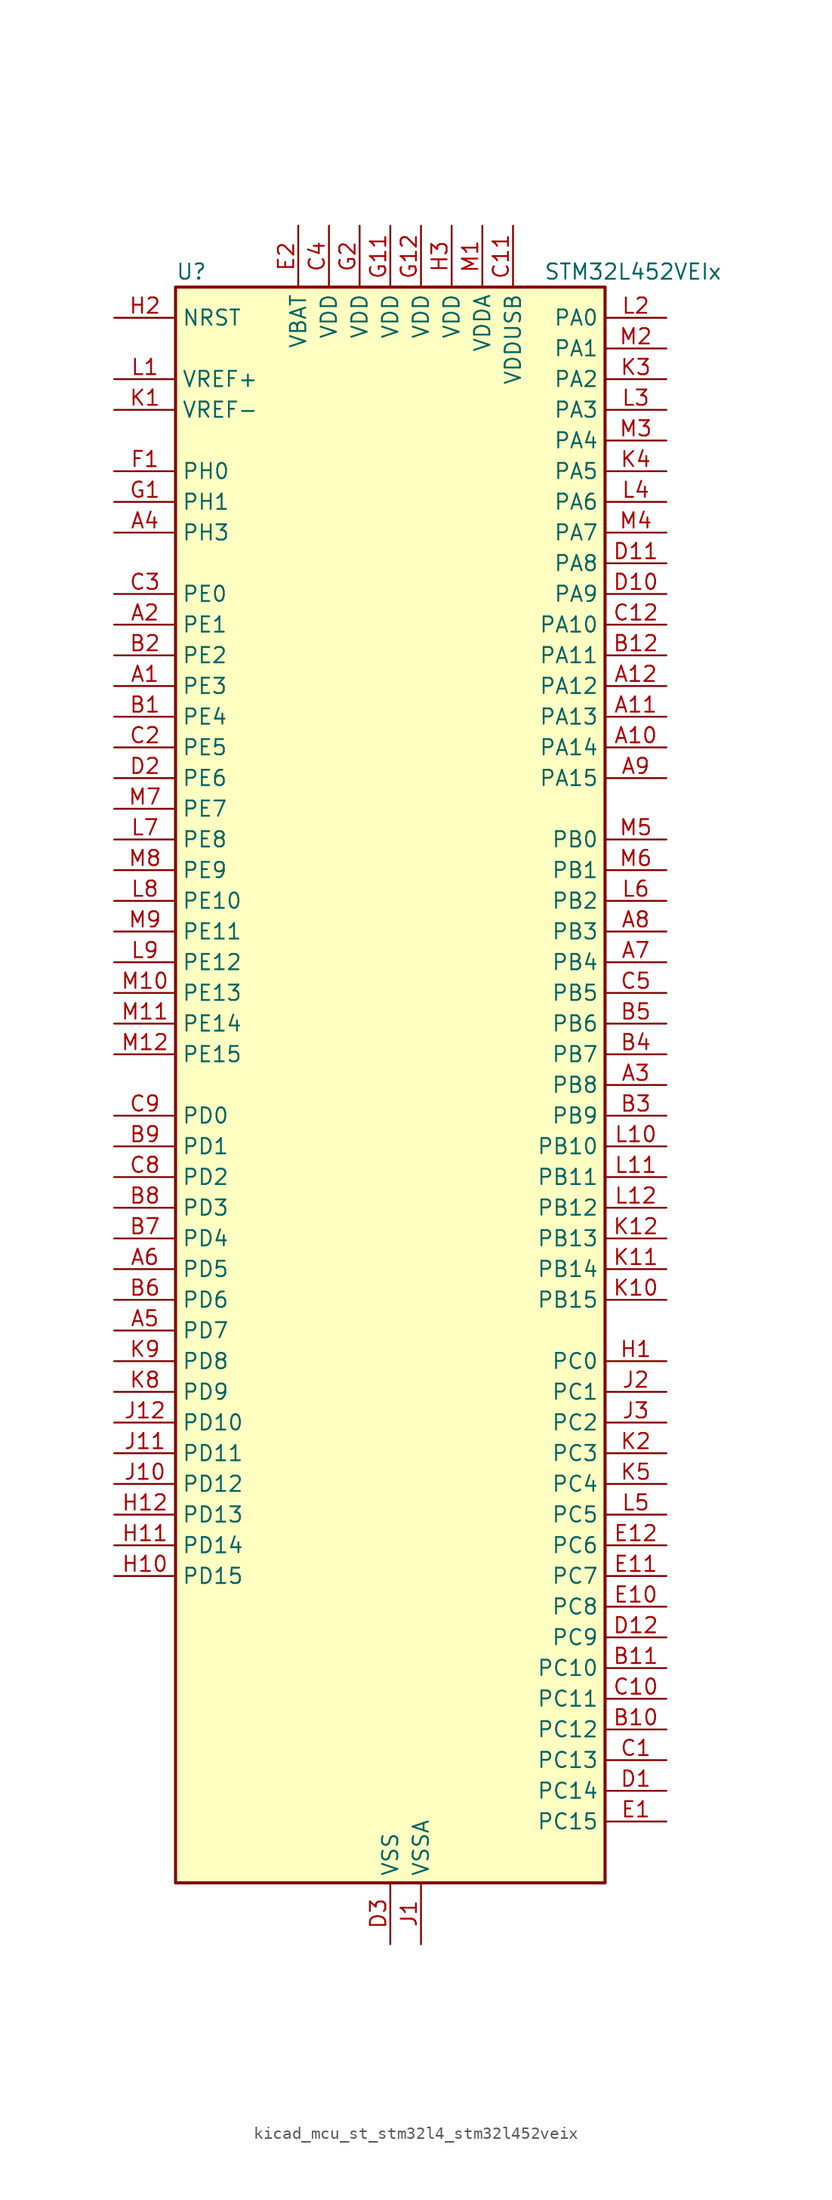
<source format=kicad_sym>
(kicad_symbol_lib
  (version 20220914)
  (generator kicad_symbol_editor)
  (symbol "kicad_mcu_st_stm32l4_stm32l452veix"
    (property "Reference" "U"
      (at -17.78 67.31 0)
      (effects (font (size 1.27 1.27)) (justify left)))
    (property "Value" "STM32L452VEIx"
      (at 12.7 67.31 0)
      (effects (font (size 1.27 1.27)) (justify left)))
    (property "ki_locked" ""
      (at 0 0 0)
      (effects (font (size 1.27 1.27))))
    (symbol "kicad_mcu_st_stm32l4_stm32l452veix_0_1"
      (rectangle (start -17.78 -66.04) (end 17.78 66.04) (stroke (width 0.254) (type default)) (fill (type background))))
    (symbol "kicad_mcu_st_stm32l4_stm32l452veix_1_1"
      (pin bidirectional line (at -22.86 33.02 0) (length 5.08) (name "PE3" (effects (font (size 1.27 1.27)))) (number "A1" (effects (font (size 1.27 1.27)))) (alternate "SAI1_SD_B" bidirectional line) (alternate "SYS_TRACED0" bidirectional line) (alternate "TIM3_CH1" bidirectional line) (alternate "TSC_G7_IO2" bidirectional line))
      (pin bidirectional line (at 22.86 27.94 180) (length 5.08) (name "PA14" (effects (font (size 1.27 1.27)))) (number "A10" (effects (font (size 1.27 1.27)))) (alternate "I2C1_SMBA" bidirectional line) (alternate "I2C4_SMBA" bidirectional line) (alternate "LPTIM1_OUT" bidirectional line) (alternate "SAI1_FS_B" bidirectional line) (alternate "SYS_JTCK-SWCLK" bidirectional line))
      (pin bidirectional line (at 22.86 30.48 180) (length 5.08) (name "PA13" (effects (font (size 1.27 1.27)))) (number "A11" (effects (font (size 1.27 1.27)))) (alternate "IR_OUT" bidirectional line) (alternate "SAI1_SD_B" bidirectional line) (alternate "SYS_JTMS-SWDIO" bidirectional line) (alternate "USB_NOE" bidirectional line))
      (pin bidirectional line (at 22.86 33.02 180) (length 5.08) (name "PA12" (effects (font (size 1.27 1.27)))) (number "A12" (effects (font (size 1.27 1.27)))) (alternate "CAN1_TX" bidirectional line) (alternate "SPI1_MOSI" bidirectional line) (alternate "TIM1_ETR" bidirectional line) (alternate "USART1_DE" bidirectional line) (alternate "USART1_RTS" bidirectional line) (alternate "USB_DP" bidirectional line))
      (pin bidirectional line (at -22.86 38.1 0) (length 5.08) (name "PE1" (effects (font (size 1.27 1.27)))) (number "A2" (effects (font (size 1.27 1.27)))))
      (pin bidirectional line (at 22.86 0 180) (length 5.08) (name "PB8" (effects (font (size 1.27 1.27)))) (number "A3" (effects (font (size 1.27 1.27)))) (alternate "CAN1_RX" bidirectional line) (alternate "I2C1_SCL" bidirectional line) (alternate "SAI1_MCLK_A" bidirectional line) (alternate "SDMMC1_D4" bidirectional line) (alternate "TIM16_CH1" bidirectional line))
      (pin bidirectional line (at -22.86 45.72 0) (length 5.08) (name "PH3" (effects (font (size 1.27 1.27)))) (number "A4" (effects (font (size 1.27 1.27)))))
      (pin bidirectional line (at -22.86 -20.32 0) (length 5.08) (name "PD7" (effects (font (size 1.27 1.27)))) (number "A5" (effects (font (size 1.27 1.27)))) (alternate "DFSDM1_CKIN1" bidirectional line) (alternate "QUADSPI_BK2_IO3" bidirectional line) (alternate "USART2_CK" bidirectional line))
      (pin bidirectional line (at -22.86 -15.24 0) (length 5.08) (name "PD5" (effects (font (size 1.27 1.27)))) (number "A6" (effects (font (size 1.27 1.27)))) (alternate "QUADSPI_BK2_IO1" bidirectional line) (alternate "USART2_TX" bidirectional line))
      (pin bidirectional line (at 22.86 10.16 180) (length 5.08) (name "PB4" (effects (font (size 1.27 1.27)))) (number "A7" (effects (font (size 1.27 1.27)))) (alternate "COMP2_INP" bidirectional line) (alternate "I2C3_SDA" bidirectional line) (alternate "SAI1_MCLK_B" bidirectional line) (alternate "SPI1_MISO" bidirectional line) (alternate "SPI3_MISO" bidirectional line) (alternate "SYS_JTRST" bidirectional line) (alternate "TIM3_CH1" bidirectional line) (alternate "TSC_G2_IO1" bidirectional line) (alternate "USART1_CTS" bidirectional line))
      (pin bidirectional line (at 22.86 12.7 180) (length 5.08) (name "PB3" (effects (font (size 1.27 1.27)))) (number "A8" (effects (font (size 1.27 1.27)))) (alternate "COMP2_INM" bidirectional line) (alternate "SAI1_SCK_B" bidirectional line) (alternate "SPI1_SCK" bidirectional line) (alternate "SPI3_SCK" bidirectional line) (alternate "SYS_JTDO-SWO" bidirectional line) (alternate "TIM2_CH2" bidirectional line) (alternate "USART1_DE" bidirectional line) (alternate "USART1_RTS" bidirectional line))
      (pin bidirectional line (at 22.86 25.4 180) (length 5.08) (name "PA15" (effects (font (size 1.27 1.27)))) (number "A9" (effects (font (size 1.27 1.27)))) (alternate "ADC1_EXTI15" bidirectional line) (alternate "SPI1_NSS" bidirectional line) (alternate "SPI3_NSS" bidirectional line) (alternate "SYS_JTDI" bidirectional line) (alternate "TIM2_CH1" bidirectional line) (alternate "TIM2_ETR" bidirectional line) (alternate "TSC_G3_IO1" bidirectional line) (alternate "UART4_DE" bidirectional line) (alternate "UART4_RTS" bidirectional line) (alternate "USART2_RX" bidirectional line) (alternate "USART3_DE" bidirectional line) (alternate "USART3_RTS" bidirectional line))
      (pin bidirectional line (at -22.86 30.48 0) (length 5.08) (name "PE4" (effects (font (size 1.27 1.27)))) (number "B1" (effects (font (size 1.27 1.27)))) (alternate "DFSDM1_DATIN3" bidirectional line) (alternate "SAI1_FS_A" bidirectional line) (alternate "SYS_TRACED1" bidirectional line) (alternate "TIM3_CH2" bidirectional line) (alternate "TSC_G7_IO3" bidirectional line))
      (pin bidirectional line (at 22.86 -53.34 180) (length 5.08) (name "PC12" (effects (font (size 1.27 1.27)))) (number "B10" (effects (font (size 1.27 1.27)))) (alternate "SDMMC1_CK" bidirectional line) (alternate "SPI3_MOSI" bidirectional line) (alternate "SYS_TRACED3" bidirectional line) (alternate "TSC_G3_IO4" bidirectional line) (alternate "USART3_CK" bidirectional line))
      (pin bidirectional line (at 22.86 -48.26 180) (length 5.08) (name "PC10" (effects (font (size 1.27 1.27)))) (number "B11" (effects (font (size 1.27 1.27)))) (alternate "SDMMC1_D2" bidirectional line) (alternate "SPI3_SCK" bidirectional line) (alternate "SYS_TRACED1" bidirectional line) (alternate "TSC_G3_IO2" bidirectional line) (alternate "UART4_TX" bidirectional line) (alternate "USART3_TX" bidirectional line))
      (pin bidirectional line (at 22.86 35.56 180) (length 5.08) (name "PA11" (effects (font (size 1.27 1.27)))) (number "B12" (effects (font (size 1.27 1.27)))) (alternate "ADC1_EXTI11" bidirectional line) (alternate "CAN1_RX" bidirectional line) (alternate "COMP1_OUT" bidirectional line) (alternate "SPI1_MISO" bidirectional line) (alternate "TIM1_BKIN2" bidirectional line) (alternate "TIM1_BKIN2_COMP1" bidirectional line) (alternate "TIM1_CH4" bidirectional line) (alternate "USART1_CTS" bidirectional line) (alternate "USB_DM" bidirectional line))
      (pin bidirectional line (at -22.86 35.56 0) (length 5.08) (name "PE2" (effects (font (size 1.27 1.27)))) (number "B2" (effects (font (size 1.27 1.27)))) (alternate "SAI1_MCLK_A" bidirectional line) (alternate "SYS_TRACECLK" bidirectional line) (alternate "TIM3_ETR" bidirectional line) (alternate "TSC_G7_IO1" bidirectional line))
      (pin bidirectional line (at 22.86 -2.54 180) (length 5.08) (name "PB9" (effects (font (size 1.27 1.27)))) (number "B3" (effects (font (size 1.27 1.27)))) (alternate "CAN1_TX" bidirectional line) (alternate "DAC1_EXTI9" bidirectional line) (alternate "I2C1_SDA" bidirectional line) (alternate "IR_OUT" bidirectional line) (alternate "SAI1_FS_A" bidirectional line) (alternate "SDMMC1_D5" bidirectional line) (alternate "SPI2_NSS" bidirectional line))
      (pin bidirectional line (at 22.86 2.54 180) (length 5.08) (name "PB7" (effects (font (size 1.27 1.27)))) (number "B4" (effects (font (size 1.27 1.27)))) (alternate "COMP2_INM" bidirectional line) (alternate "I2C1_SDA" bidirectional line) (alternate "I2C4_SDA" bidirectional line) (alternate "LPTIM1_IN2" bidirectional line) (alternate "SYS_PVD_IN" bidirectional line) (alternate "TSC_G2_IO4" bidirectional line) (alternate "UART4_CTS" bidirectional line) (alternate "USART1_RX" bidirectional line))
      (pin bidirectional line (at 22.86 5.08 180) (length 5.08) (name "PB6" (effects (font (size 1.27 1.27)))) (number "B5" (effects (font (size 1.27 1.27)))) (alternate "CAN1_TX" bidirectional line) (alternate "COMP2_INP" bidirectional line) (alternate "I2C1_SCL" bidirectional line) (alternate "I2C4_SCL" bidirectional line) (alternate "LPTIM1_ETR" bidirectional line) (alternate "SAI1_FS_B" bidirectional line) (alternate "TIM16_CH1N" bidirectional line) (alternate "TSC_G2_IO3" bidirectional line) (alternate "USART1_TX" bidirectional line))
      (pin bidirectional line (at -22.86 -17.78 0) (length 5.08) (name "PD6" (effects (font (size 1.27 1.27)))) (number "B6" (effects (font (size 1.27 1.27)))) (alternate "DFSDM1_DATIN1" bidirectional line) (alternate "QUADSPI_BK2_IO2" bidirectional line) (alternate "SAI1_SD_A" bidirectional line) (alternate "USART2_RX" bidirectional line))
      (pin bidirectional line (at -22.86 -12.7 0) (length 5.08) (name "PD4" (effects (font (size 1.27 1.27)))) (number "B7" (effects (font (size 1.27 1.27)))) (alternate "DFSDM1_CKIN0" bidirectional line) (alternate "QUADSPI_BK2_IO0" bidirectional line) (alternate "SPI2_MOSI" bidirectional line) (alternate "USART2_DE" bidirectional line) (alternate "USART2_RTS" bidirectional line))
      (pin bidirectional line (at -22.86 -10.16 0) (length 5.08) (name "PD3" (effects (font (size 1.27 1.27)))) (number "B8" (effects (font (size 1.27 1.27)))) (alternate "DFSDM1_DATIN0" bidirectional line) (alternate "QUADSPI_BK2_NCS" bidirectional line) (alternate "SPI2_MISO" bidirectional line) (alternate "USART2_CTS" bidirectional line))
      (pin bidirectional line (at -22.86 -5.08 0) (length 5.08) (name "PD1" (effects (font (size 1.27 1.27)))) (number "B9" (effects (font (size 1.27 1.27)))) (alternate "CAN1_TX" bidirectional line) (alternate "SPI2_SCK" bidirectional line))
      (pin bidirectional line (at 22.86 -55.88 180) (length 5.08) (name "PC13" (effects (font (size 1.27 1.27)))) (number "C1" (effects (font (size 1.27 1.27)))) (alternate "RTC_OUT_ALARM" bidirectional line) (alternate "RTC_OUT_CALIB" bidirectional line) (alternate "RTC_TAMP1" bidirectional line) (alternate "RTC_TS" bidirectional line) (alternate "SYS_WKUP2" bidirectional line))
      (pin bidirectional line (at 22.86 -50.8 180) (length 5.08) (name "PC11" (effects (font (size 1.27 1.27)))) (number "C10" (effects (font (size 1.27 1.27)))) (alternate "ADC1_EXTI11" bidirectional line) (alternate "SDMMC1_D3" bidirectional line) (alternate "SPI3_MISO" bidirectional line) (alternate "TSC_G3_IO3" bidirectional line) (alternate "UART4_RX" bidirectional line) (alternate "USART3_RX" bidirectional line))
      (pin power_in line (at 10.16 71.12 270) (length 5.08) (name "VDDUSB" (effects (font (size 1.27 1.27)))) (number "C11" (effects (font (size 1.27 1.27)))))
      (pin bidirectional line (at 22.86 38.1 180) (length 5.08) (name "PA10" (effects (font (size 1.27 1.27)))) (number "C12" (effects (font (size 1.27 1.27)))) (alternate "CRS_SYNC" bidirectional line) (alternate "I2C1_SDA" bidirectional line) (alternate "SAI1_SD_A" bidirectional line) (alternate "TIM1_CH3" bidirectional line) (alternate "USART1_RX" bidirectional line))
      (pin bidirectional line (at -22.86 27.94 0) (length 5.08) (name "PE5" (effects (font (size 1.27 1.27)))) (number "C2" (effects (font (size 1.27 1.27)))) (alternate "DFSDM1_CKIN3" bidirectional line) (alternate "SAI1_SCK_A" bidirectional line) (alternate "SYS_TRACED2" bidirectional line) (alternate "TIM3_CH3" bidirectional line) (alternate "TSC_G7_IO4" bidirectional line))
      (pin bidirectional line (at -22.86 40.64 0) (length 5.08) (name "PE0" (effects (font (size 1.27 1.27)))) (number "C3" (effects (font (size 1.27 1.27)))) (alternate "TIM16_CH1" bidirectional line))
      (pin power_in line (at -5.08 71.12 270) (length 5.08) (name "VDD" (effects (font (size 1.27 1.27)))) (number "C4" (effects (font (size 1.27 1.27)))))
      (pin bidirectional line (at 22.86 7.62 180) (length 5.08) (name "PB5" (effects (font (size 1.27 1.27)))) (number "C5" (effects (font (size 1.27 1.27)))) (alternate "CAN1_RX" bidirectional line) (alternate "COMP2_OUT" bidirectional line) (alternate "I2C1_SMBA" bidirectional line) (alternate "LPTIM1_IN1" bidirectional line) (alternate "SAI1_SD_B" bidirectional line) (alternate "SPI1_MOSI" bidirectional line) (alternate "SPI3_MOSI" bidirectional line) (alternate "TIM16_BKIN" bidirectional line) (alternate "TIM3_CH2" bidirectional line) (alternate "TSC_G2_IO2" bidirectional line) (alternate "USART1_CK" bidirectional line))
      (pin bidirectional line (at -22.86 -7.62 0) (length 5.08) (name "PD2" (effects (font (size 1.27 1.27)))) (number "C8" (effects (font (size 1.27 1.27)))) (alternate "SDMMC1_CMD" bidirectional line) (alternate "SYS_TRACED2" bidirectional line) (alternate "TIM3_ETR" bidirectional line) (alternate "TSC_SYNC" bidirectional line) (alternate "USART3_DE" bidirectional line) (alternate "USART3_RTS" bidirectional line))
      (pin bidirectional line (at -22.86 -2.54 0) (length 5.08) (name "PD0" (effects (font (size 1.27 1.27)))) (number "C9" (effects (font (size 1.27 1.27)))) (alternate "CAN1_RX" bidirectional line) (alternate "SPI2_NSS" bidirectional line))
      (pin bidirectional line (at 22.86 -58.42 180) (length 5.08) (name "PC14" (effects (font (size 1.27 1.27)))) (number "D1" (effects (font (size 1.27 1.27)))) (alternate "RCC_OSC32_IN" bidirectional line))
      (pin bidirectional line (at 22.86 40.64 180) (length 5.08) (name "PA9" (effects (font (size 1.27 1.27)))) (number "D10" (effects (font (size 1.27 1.27)))) (alternate "DAC1_EXTI9" bidirectional line) (alternate "DFSDM1_DATIN1" bidirectional line) (alternate "I2C1_SCL" bidirectional line) (alternate "SAI1_FS_A" bidirectional line) (alternate "TIM15_BKIN" bidirectional line) (alternate "TIM1_CH2" bidirectional line) (alternate "USART1_TX" bidirectional line))
      (pin bidirectional line (at 22.86 43.18 180) (length 5.08) (name "PA8" (effects (font (size 1.27 1.27)))) (number "D11" (effects (font (size 1.27 1.27)))) (alternate "DFSDM1_CKIN1" bidirectional line) (alternate "LPTIM2_OUT" bidirectional line) (alternate "RCC_MCO" bidirectional line) (alternate "SAI1_SCK_A" bidirectional line) (alternate "TIM1_CH1" bidirectional line) (alternate "USART1_CK" bidirectional line))
      (pin bidirectional line (at 22.86 -45.72 180) (length 5.08) (name "PC9" (effects (font (size 1.27 1.27)))) (number "D12" (effects (font (size 1.27 1.27)))) (alternate "DAC1_EXTI9" bidirectional line) (alternate "SDMMC1_D1" bidirectional line) (alternate "TIM3_CH4" bidirectional line) (alternate "TSC_G4_IO4" bidirectional line) (alternate "USB_NOE" bidirectional line))
      (pin bidirectional line (at -22.86 25.4 0) (length 5.08) (name "PE6" (effects (font (size 1.27 1.27)))) (number "D2" (effects (font (size 1.27 1.27)))) (alternate "RTC_TAMP3" bidirectional line) (alternate "SAI1_SD_A" bidirectional line) (alternate "SYS_TRACED3" bidirectional line) (alternate "SYS_WKUP3" bidirectional line) (alternate "TIM3_CH4" bidirectional line))
      (pin power_in line (at 0 -71.12 90) (length 5.08) (name "VSS" (effects (font (size 1.27 1.27)))) (number "D3" (effects (font (size 1.27 1.27)))))
      (pin bidirectional line (at 22.86 -60.96 180) (length 5.08) (name "PC15" (effects (font (size 1.27 1.27)))) (number "E1" (effects (font (size 1.27 1.27)))) (alternate "ADC1_EXTI15" bidirectional line) (alternate "RCC_OSC32_OUT" bidirectional line))
      (pin bidirectional line (at 22.86 -43.18 180) (length 5.08) (name "PC8" (effects (font (size 1.27 1.27)))) (number "E10" (effects (font (size 1.27 1.27)))) (alternate "SDMMC1_D0" bidirectional line) (alternate "TIM3_CH3" bidirectional line) (alternate "TSC_G4_IO3" bidirectional line))
      (pin bidirectional line (at 22.86 -40.64 180) (length 5.08) (name "PC7" (effects (font (size 1.27 1.27)))) (number "E11" (effects (font (size 1.27 1.27)))) (alternate "DFSDM1_DATIN3" bidirectional line) (alternate "SDMMC1_D7" bidirectional line) (alternate "TIM3_CH2" bidirectional line) (alternate "TSC_G4_IO2" bidirectional line))
      (pin bidirectional line (at 22.86 -38.1 180) (length 5.08) (name "PC6" (effects (font (size 1.27 1.27)))) (number "E12" (effects (font (size 1.27 1.27)))) (alternate "DFSDM1_CKIN3" bidirectional line) (alternate "SDMMC1_D6" bidirectional line) (alternate "TIM3_CH1" bidirectional line) (alternate "TSC_G4_IO1" bidirectional line))
      (pin power_in line (at -7.62 71.12 270) (length 5.08) (name "VBAT" (effects (font (size 1.27 1.27)))) (number "E2" (effects (font (size 1.27 1.27)))))
      (pin passive line (at 0 -71.12 90) (length 5.08) hide (name "VSS" (effects (font (size 1.27 1.27)))) (number "E3" (effects (font (size 1.27 1.27)))))
      (pin bidirectional line (at -22.86 50.8 0) (length 5.08) (name "PH0" (effects (font (size 1.27 1.27)))) (number "F1" (effects (font (size 1.27 1.27)))) (alternate "RCC_OSC_IN" bidirectional line))
      (pin passive line (at 0 -71.12 90) (length 5.08) hide (name "VSS" (effects (font (size 1.27 1.27)))) (number "F11" (effects (font (size 1.27 1.27)))))
      (pin passive line (at 0 -71.12 90) (length 5.08) hide (name "VSS" (effects (font (size 1.27 1.27)))) (number "F12" (effects (font (size 1.27 1.27)))))
      (pin passive line (at 0 -71.12 90) (length 5.08) hide (name "VSS" (effects (font (size 1.27 1.27)))) (number "F2" (effects (font (size 1.27 1.27)))))
      (pin bidirectional line (at -22.86 48.26 0) (length 5.08) (name "PH1" (effects (font (size 1.27 1.27)))) (number "G1" (effects (font (size 1.27 1.27)))) (alternate "RCC_OSC_OUT" bidirectional line))
      (pin power_in line (at 0 71.12 270) (length 5.08) (name "VDD" (effects (font (size 1.27 1.27)))) (number "G11" (effects (font (size 1.27 1.27)))))
      (pin power_in line (at 2.54 71.12 270) (length 5.08) (name "VDD" (effects (font (size 1.27 1.27)))) (number "G12" (effects (font (size 1.27 1.27)))))
      (pin power_in line (at -2.54 71.12 270) (length 5.08) (name "VDD" (effects (font (size 1.27 1.27)))) (number "G2" (effects (font (size 1.27 1.27)))))
      (pin bidirectional line (at 22.86 -22.86 180) (length 5.08) (name "PC0" (effects (font (size 1.27 1.27)))) (number "H1" (effects (font (size 1.27 1.27)))) (alternate "ADC1_IN1" bidirectional line) (alternate "I2C3_SCL" bidirectional line) (alternate "I2C4_SCL" bidirectional line) (alternate "LPTIM1_IN1" bidirectional line) (alternate "LPTIM2_IN1" bidirectional line) (alternate "LPUART1_RX" bidirectional line))
      (pin bidirectional line (at -22.86 -40.64 0) (length 5.08) (name "PD15" (effects (font (size 1.27 1.27)))) (number "H10" (effects (font (size 1.27 1.27)))) (alternate "ADC1_EXTI15" bidirectional line))
      (pin bidirectional line (at -22.86 -38.1 0) (length 5.08) (name "PD14" (effects (font (size 1.27 1.27)))) (number "H11" (effects (font (size 1.27 1.27)))))
      (pin bidirectional line (at -22.86 -35.56 0) (length 5.08) (name "PD13" (effects (font (size 1.27 1.27)))) (number "H12" (effects (font (size 1.27 1.27)))) (alternate "I2C4_SDA" bidirectional line) (alternate "LPTIM2_OUT" bidirectional line) (alternate "TSC_G6_IO4" bidirectional line))
      (pin input line (at -22.86 63.5 0) (length 5.08) (name "NRST" (effects (font (size 1.27 1.27)))) (number "H2" (effects (font (size 1.27 1.27)))))
      (pin power_in line (at 5.08 71.12 270) (length 5.08) (name "VDD" (effects (font (size 1.27 1.27)))) (number "H3" (effects (font (size 1.27 1.27)))))
      (pin power_in line (at 2.54 -71.12 90) (length 5.08) (name "VSSA" (effects (font (size 1.27 1.27)))) (number "J1" (effects (font (size 1.27 1.27)))))
      (pin bidirectional line (at -22.86 -33.02 0) (length 5.08) (name "PD12" (effects (font (size 1.27 1.27)))) (number "J10" (effects (font (size 1.27 1.27)))) (alternate "I2C4_SCL" bidirectional line) (alternate "LPTIM2_IN1" bidirectional line) (alternate "TSC_G6_IO3" bidirectional line) (alternate "USART3_DE" bidirectional line) (alternate "USART3_RTS" bidirectional line))
      (pin bidirectional line (at -22.86 -30.48 0) (length 5.08) (name "PD11" (effects (font (size 1.27 1.27)))) (number "J11" (effects (font (size 1.27 1.27)))) (alternate "ADC1_EXTI11" bidirectional line) (alternate "I2C4_SMBA" bidirectional line) (alternate "LPTIM2_ETR" bidirectional line) (alternate "TSC_G6_IO2" bidirectional line) (alternate "USART3_CTS" bidirectional line))
      (pin bidirectional line (at -22.86 -27.94 0) (length 5.08) (name "PD10" (effects (font (size 1.27 1.27)))) (number "J12" (effects (font (size 1.27 1.27)))) (alternate "TSC_G6_IO1" bidirectional line) (alternate "USART3_CK" bidirectional line))
      (pin bidirectional line (at 22.86 -25.4 180) (length 5.08) (name "PC1" (effects (font (size 1.27 1.27)))) (number "J2" (effects (font (size 1.27 1.27)))) (alternate "ADC1_IN2" bidirectional line) (alternate "I2C3_SDA" bidirectional line) (alternate "I2C4_SDA" bidirectional line) (alternate "LPTIM1_OUT" bidirectional line) (alternate "LPUART1_TX" bidirectional line) (alternate "SYS_TRACED0" bidirectional line))
      (pin bidirectional line (at 22.86 -27.94 180) (length 5.08) (name "PC2" (effects (font (size 1.27 1.27)))) (number "J3" (effects (font (size 1.27 1.27)))) (alternate "ADC1_IN3" bidirectional line) (alternate "DFSDM1_CKOUT" bidirectional line) (alternate "LPTIM1_IN2" bidirectional line) (alternate "SPI2_MISO" bidirectional line))
      (pin input line (at -22.86 55.88 0) (length 5.08) (name "VREF-" (effects (font (size 1.27 1.27)))) (number "K1" (effects (font (size 1.27 1.27)))))
      (pin bidirectional line (at 22.86 -17.78 180) (length 5.08) (name "PB15" (effects (font (size 1.27 1.27)))) (number "K10" (effects (font (size 1.27 1.27)))) (alternate "ADC1_EXTI15" bidirectional line) (alternate "DFSDM1_CKIN2" bidirectional line) (alternate "RTC_REFIN" bidirectional line) (alternate "SAI1_SD_A" bidirectional line) (alternate "SPI2_MOSI" bidirectional line) (alternate "TIM15_CH2" bidirectional line) (alternate "TIM1_CH3N" bidirectional line) (alternate "TSC_G1_IO4" bidirectional line))
      (pin bidirectional line (at 22.86 -15.24 180) (length 5.08) (name "PB14" (effects (font (size 1.27 1.27)))) (number "K11" (effects (font (size 1.27 1.27)))) (alternate "DFSDM1_DATIN2" bidirectional line) (alternate "I2C2_SDA" bidirectional line) (alternate "SAI1_MCLK_A" bidirectional line) (alternate "SPI2_MISO" bidirectional line) (alternate "TIM15_CH1" bidirectional line) (alternate "TIM1_CH2N" bidirectional line) (alternate "TSC_G1_IO3" bidirectional line) (alternate "USART3_DE" bidirectional line) (alternate "USART3_RTS" bidirectional line))
      (pin bidirectional line (at 22.86 -12.7 180) (length 5.08) (name "PB13" (effects (font (size 1.27 1.27)))) (number "K12" (effects (font (size 1.27 1.27)))) (alternate "CAN1_TX" bidirectional line) (alternate "DFSDM1_CKIN1" bidirectional line) (alternate "I2C2_SCL" bidirectional line) (alternate "LPUART1_CTS" bidirectional line) (alternate "SAI1_SCK_A" bidirectional line) (alternate "SPI2_SCK" bidirectional line) (alternate "TIM15_CH1N" bidirectional line) (alternate "TIM1_CH1N" bidirectional line) (alternate "TSC_G1_IO2" bidirectional line) (alternate "USART3_CTS" bidirectional line))
      (pin bidirectional line (at 22.86 -30.48 180) (length 5.08) (name "PC3" (effects (font (size 1.27 1.27)))) (number "K2" (effects (font (size 1.27 1.27)))) (alternate "ADC1_IN4" bidirectional line) (alternate "LPTIM1_ETR" bidirectional line) (alternate "LPTIM2_ETR" bidirectional line) (alternate "SAI1_SD_A" bidirectional line) (alternate "SPI2_MOSI" bidirectional line))
      (pin bidirectional line (at 22.86 58.42 180) (length 5.08) (name "PA2" (effects (font (size 1.27 1.27)))) (number "K3" (effects (font (size 1.27 1.27)))) (alternate "ADC1_IN7" bidirectional line) (alternate "COMP2_INM" bidirectional line) (alternate "COMP2_OUT" bidirectional line) (alternate "LPUART1_TX" bidirectional line) (alternate "QUADSPI_BK1_NCS" bidirectional line) (alternate "RCC_LSCO" bidirectional line) (alternate "SYS_WKUP4" bidirectional line) (alternate "TIM15_CH1" bidirectional line) (alternate "TIM2_CH3" bidirectional line) (alternate "USART2_TX" bidirectional line))
      (pin bidirectional line (at 22.86 50.8 180) (length 5.08) (name "PA5" (effects (font (size 1.27 1.27)))) (number "K4" (effects (font (size 1.27 1.27)))) (alternate "ADC1_IN10" bidirectional line) (alternate "COMP1_INM" bidirectional line) (alternate "COMP2_INM" bidirectional line) (alternate "DFSDM1_CKOUT" bidirectional line) (alternate "LPTIM2_ETR" bidirectional line) (alternate "SPI1_SCK" bidirectional line) (alternate "TIM2_CH1" bidirectional line) (alternate "TIM2_ETR" bidirectional line))
      (pin bidirectional line (at 22.86 -33.02 180) (length 5.08) (name "PC4" (effects (font (size 1.27 1.27)))) (number "K5" (effects (font (size 1.27 1.27)))) (alternate "ADC1_IN13" bidirectional line) (alternate "COMP1_INM" bidirectional line) (alternate "USART3_TX" bidirectional line))
      (pin bidirectional line (at -22.86 -25.4 0) (length 5.08) (name "PD9" (effects (font (size 1.27 1.27)))) (number "K8" (effects (font (size 1.27 1.27)))) (alternate "DAC1_EXTI9" bidirectional line) (alternate "USART3_RX" bidirectional line))
      (pin bidirectional line (at -22.86 -22.86 0) (length 5.08) (name "PD8" (effects (font (size 1.27 1.27)))) (number "K9" (effects (font (size 1.27 1.27)))) (alternate "USART3_TX" bidirectional line))
      (pin input line (at -22.86 58.42 0) (length 5.08) (name "VREF+" (effects (font (size 1.27 1.27)))) (number "L1" (effects (font (size 1.27 1.27)))) (alternate "VREFBUF_OUT" bidirectional line))
      (pin bidirectional line (at 22.86 -5.08 180) (length 5.08) (name "PB10" (effects (font (size 1.27 1.27)))) (number "L10" (effects (font (size 1.27 1.27)))) (alternate "COMP1_OUT" bidirectional line) (alternate "I2C2_SCL" bidirectional line) (alternate "I2C4_SCL" bidirectional line) (alternate "LPUART1_RX" bidirectional line) (alternate "QUADSPI_CLK" bidirectional line) (alternate "SAI1_SCK_A" bidirectional line) (alternate "SPI2_SCK" bidirectional line) (alternate "TIM2_CH3" bidirectional line) (alternate "TSC_SYNC" bidirectional line) (alternate "USART3_TX" bidirectional line))
      (pin bidirectional line (at 22.86 -7.62 180) (length 5.08) (name "PB11" (effects (font (size 1.27 1.27)))) (number "L11" (effects (font (size 1.27 1.27)))) (alternate "ADC1_EXTI11" bidirectional line) (alternate "COMP2_OUT" bidirectional line) (alternate "I2C2_SDA" bidirectional line) (alternate "I2C4_SDA" bidirectional line) (alternate "LPUART1_TX" bidirectional line) (alternate "QUADSPI_BK1_NCS" bidirectional line) (alternate "TIM2_CH4" bidirectional line) (alternate "USART3_RX" bidirectional line))
      (pin bidirectional line (at 22.86 -10.16 180) (length 5.08) (name "PB12" (effects (font (size 1.27 1.27)))) (number "L12" (effects (font (size 1.27 1.27)))) (alternate "CAN1_RX" bidirectional line) (alternate "DFSDM1_DATIN1" bidirectional line) (alternate "I2C2_SMBA" bidirectional line) (alternate "LPUART1_DE" bidirectional line) (alternate "LPUART1_RTS" bidirectional line) (alternate "SAI1_FS_A" bidirectional line) (alternate "SPI2_NSS" bidirectional line) (alternate "TIM15_BKIN" bidirectional line) (alternate "TIM1_BKIN" bidirectional line) (alternate "TIM1_BKIN_COMP2" bidirectional line) (alternate "TSC_G1_IO1" bidirectional line) (alternate "USART3_CK" bidirectional line))
      (pin bidirectional line (at 22.86 63.5 180) (length 5.08) (name "PA0" (effects (font (size 1.27 1.27)))) (number "L2" (effects (font (size 1.27 1.27)))) (alternate "ADC1_IN5" bidirectional line) (alternate "COMP1_INM" bidirectional line) (alternate "COMP1_OUT" bidirectional line) (alternate "OPAMP1_VINP" bidirectional line) (alternate "RTC_TAMP2" bidirectional line) (alternate "SAI1_EXTCLK" bidirectional line) (alternate "SYS_WKUP1" bidirectional line) (alternate "TIM2_CH1" bidirectional line) (alternate "TIM2_ETR" bidirectional line) (alternate "UART4_TX" bidirectional line) (alternate "USART2_CTS" bidirectional line))
      (pin bidirectional line (at 22.86 55.88 180) (length 5.08) (name "PA3" (effects (font (size 1.27 1.27)))) (number "L3" (effects (font (size 1.27 1.27)))) (alternate "ADC1_IN8" bidirectional line) (alternate "COMP2_INP" bidirectional line) (alternate "LPUART1_RX" bidirectional line) (alternate "OPAMP1_VOUT" bidirectional line) (alternate "QUADSPI_CLK" bidirectional line) (alternate "SAI1_MCLK_A" bidirectional line) (alternate "TIM15_CH2" bidirectional line) (alternate "TIM2_CH4" bidirectional line) (alternate "USART2_RX" bidirectional line))
      (pin bidirectional line (at 22.86 48.26 180) (length 5.08) (name "PA6" (effects (font (size 1.27 1.27)))) (number "L4" (effects (font (size 1.27 1.27)))) (alternate "ADC1_IN11" bidirectional line) (alternate "COMP1_OUT" bidirectional line) (alternate "LPUART1_CTS" bidirectional line) (alternate "QUADSPI_BK1_IO3" bidirectional line) (alternate "SPI1_MISO" bidirectional line) (alternate "TIM16_CH1" bidirectional line) (alternate "TIM1_BKIN" bidirectional line) (alternate "TIM1_BKIN_COMP2" bidirectional line) (alternate "TIM3_CH1" bidirectional line) (alternate "USART3_CTS" bidirectional line))
      (pin bidirectional line (at 22.86 -35.56 180) (length 5.08) (name "PC5" (effects (font (size 1.27 1.27)))) (number "L5" (effects (font (size 1.27 1.27)))) (alternate "ADC1_IN14" bidirectional line) (alternate "COMP1_INP" bidirectional line) (alternate "SYS_WKUP5" bidirectional line) (alternate "USART3_RX" bidirectional line))
      (pin bidirectional line (at 22.86 15.24 180) (length 5.08) (name "PB2" (effects (font (size 1.27 1.27)))) (number "L6" (effects (font (size 1.27 1.27)))) (alternate "COMP1_INP" bidirectional line) (alternate "DFSDM1_CKIN0" bidirectional line) (alternate "I2C3_SMBA" bidirectional line) (alternate "LPTIM1_OUT" bidirectional line) (alternate "RTC_OUT_ALARM" bidirectional line) (alternate "RTC_OUT_CALIB" bidirectional line))
      (pin bidirectional line (at -22.86 20.32 0) (length 5.08) (name "PE8" (effects (font (size 1.27 1.27)))) (number "L7" (effects (font (size 1.27 1.27)))) (alternate "DFSDM1_CKIN2" bidirectional line) (alternate "SAI1_SCK_B" bidirectional line) (alternate "TIM1_CH1N" bidirectional line))
      (pin bidirectional line (at -22.86 15.24 0) (length 5.08) (name "PE10" (effects (font (size 1.27 1.27)))) (number "L8" (effects (font (size 1.27 1.27)))) (alternate "QUADSPI_CLK" bidirectional line) (alternate "SAI1_MCLK_B" bidirectional line) (alternate "TIM1_CH2N" bidirectional line) (alternate "TSC_G5_IO1" bidirectional line))
      (pin bidirectional line (at -22.86 10.16 0) (length 5.08) (name "PE12" (effects (font (size 1.27 1.27)))) (number "L9" (effects (font (size 1.27 1.27)))) (alternate "QUADSPI_BK1_IO0" bidirectional line) (alternate "SPI1_NSS" bidirectional line) (alternate "TIM1_CH3N" bidirectional line) (alternate "TSC_G5_IO3" bidirectional line))
      (pin power_in line (at 7.62 71.12 270) (length 5.08) (name "VDDA" (effects (font (size 1.27 1.27)))) (number "M1" (effects (font (size 1.27 1.27)))))
      (pin bidirectional line (at -22.86 7.62 0) (length 5.08) (name "PE13" (effects (font (size 1.27 1.27)))) (number "M10" (effects (font (size 1.27 1.27)))) (alternate "QUADSPI_BK1_IO1" bidirectional line) (alternate "SPI1_SCK" bidirectional line) (alternate "TIM1_CH3" bidirectional line) (alternate "TSC_G5_IO4" bidirectional line))
      (pin bidirectional line (at -22.86 5.08 0) (length 5.08) (name "PE14" (effects (font (size 1.27 1.27)))) (number "M11" (effects (font (size 1.27 1.27)))) (alternate "QUADSPI_BK1_IO2" bidirectional line) (alternate "SPI1_MISO" bidirectional line) (alternate "TIM1_BKIN2" bidirectional line) (alternate "TIM1_BKIN2_COMP2" bidirectional line) (alternate "TIM1_CH4" bidirectional line))
      (pin bidirectional line (at -22.86 2.54 0) (length 5.08) (name "PE15" (effects (font (size 1.27 1.27)))) (number "M12" (effects (font (size 1.27 1.27)))) (alternate "ADC1_EXTI15" bidirectional line) (alternate "QUADSPI_BK1_IO3" bidirectional line) (alternate "SPI1_MOSI" bidirectional line) (alternate "TIM1_BKIN" bidirectional line) (alternate "TIM1_BKIN_COMP1" bidirectional line))
      (pin bidirectional line (at 22.86 60.96 180) (length 5.08) (name "PA1" (effects (font (size 1.27 1.27)))) (number "M2" (effects (font (size 1.27 1.27)))) (alternate "ADC1_IN6" bidirectional line) (alternate "COMP1_INP" bidirectional line) (alternate "I2C1_SMBA" bidirectional line) (alternate "OPAMP1_VINM" bidirectional line) (alternate "SPI1_SCK" bidirectional line) (alternate "TIM15_CH1N" bidirectional line) (alternate "TIM2_CH2" bidirectional line) (alternate "UART4_RX" bidirectional line) (alternate "USART2_DE" bidirectional line) (alternate "USART2_RTS" bidirectional line))
      (pin bidirectional line (at 22.86 53.34 180) (length 5.08) (name "PA4" (effects (font (size 1.27 1.27)))) (number "M3" (effects (font (size 1.27 1.27)))) (alternate "ADC1_IN9" bidirectional line) (alternate "COMP1_INM" bidirectional line) (alternate "COMP2_INM" bidirectional line) (alternate "DAC1_OUT1" bidirectional line) (alternate "LPTIM2_OUT" bidirectional line) (alternate "SAI1_FS_B" bidirectional line) (alternate "SPI1_NSS" bidirectional line) (alternate "SPI3_NSS" bidirectional line) (alternate "USART2_CK" bidirectional line))
      (pin bidirectional line (at 22.86 45.72 180) (length 5.08) (name "PA7" (effects (font (size 1.27 1.27)))) (number "M4" (effects (font (size 1.27 1.27)))) (alternate "ADC1_IN12" bidirectional line) (alternate "COMP2_OUT" bidirectional line) (alternate "DFSDM1_DATIN0" bidirectional line) (alternate "I2C3_SCL" bidirectional line) (alternate "QUADSPI_BK1_IO2" bidirectional line) (alternate "SPI1_MOSI" bidirectional line) (alternate "TIM1_CH1N" bidirectional line) (alternate "TIM3_CH2" bidirectional line))
      (pin bidirectional line (at 22.86 20.32 180) (length 5.08) (name "PB0" (effects (font (size 1.27 1.27)))) (number "M5" (effects (font (size 1.27 1.27)))) (alternate "ADC1_IN15" bidirectional line) (alternate "COMP1_OUT" bidirectional line) (alternate "DFSDM1_CKIN0" bidirectional line) (alternate "QUADSPI_BK1_IO1" bidirectional line) (alternate "SAI1_EXTCLK" bidirectional line) (alternate "SPI1_NSS" bidirectional line) (alternate "TIM1_CH2N" bidirectional line) (alternate "TIM3_CH3" bidirectional line) (alternate "USART3_CK" bidirectional line))
      (pin bidirectional line (at 22.86 17.78 180) (length 5.08) (name "PB1" (effects (font (size 1.27 1.27)))) (number "M6" (effects (font (size 1.27 1.27)))) (alternate "ADC1_IN16" bidirectional line) (alternate "COMP1_INM" bidirectional line) (alternate "DFSDM1_DATIN0" bidirectional line) (alternate "LPTIM2_IN1" bidirectional line) (alternate "LPUART1_DE" bidirectional line) (alternate "LPUART1_RTS" bidirectional line) (alternate "QUADSPI_BK1_IO0" bidirectional line) (alternate "TIM1_CH3N" bidirectional line) (alternate "TIM3_CH4" bidirectional line) (alternate "USART3_DE" bidirectional line) (alternate "USART3_RTS" bidirectional line))
      (pin bidirectional line (at -22.86 22.86 0) (length 5.08) (name "PE7" (effects (font (size 1.27 1.27)))) (number "M7" (effects (font (size 1.27 1.27)))) (alternate "DFSDM1_DATIN2" bidirectional line) (alternate "SAI1_SD_B" bidirectional line) (alternate "TIM1_ETR" bidirectional line))
      (pin bidirectional line (at -22.86 17.78 0) (length 5.08) (name "PE9" (effects (font (size 1.27 1.27)))) (number "M8" (effects (font (size 1.27 1.27)))) (alternate "DAC1_EXTI9" bidirectional line) (alternate "DFSDM1_CKOUT" bidirectional line) (alternate "SAI1_FS_B" bidirectional line) (alternate "TIM1_CH1" bidirectional line))
      (pin bidirectional line (at -22.86 12.7 0) (length 5.08) (name "PE11" (effects (font (size 1.27 1.27)))) (number "M9" (effects (font (size 1.27 1.27)))) (alternate "ADC1_EXTI11" bidirectional line) (alternate "QUADSPI_BK1_NCS" bidirectional line) (alternate "TIM1_CH2" bidirectional line) (alternate "TSC_G5_IO2" bidirectional line)))))
</source>
